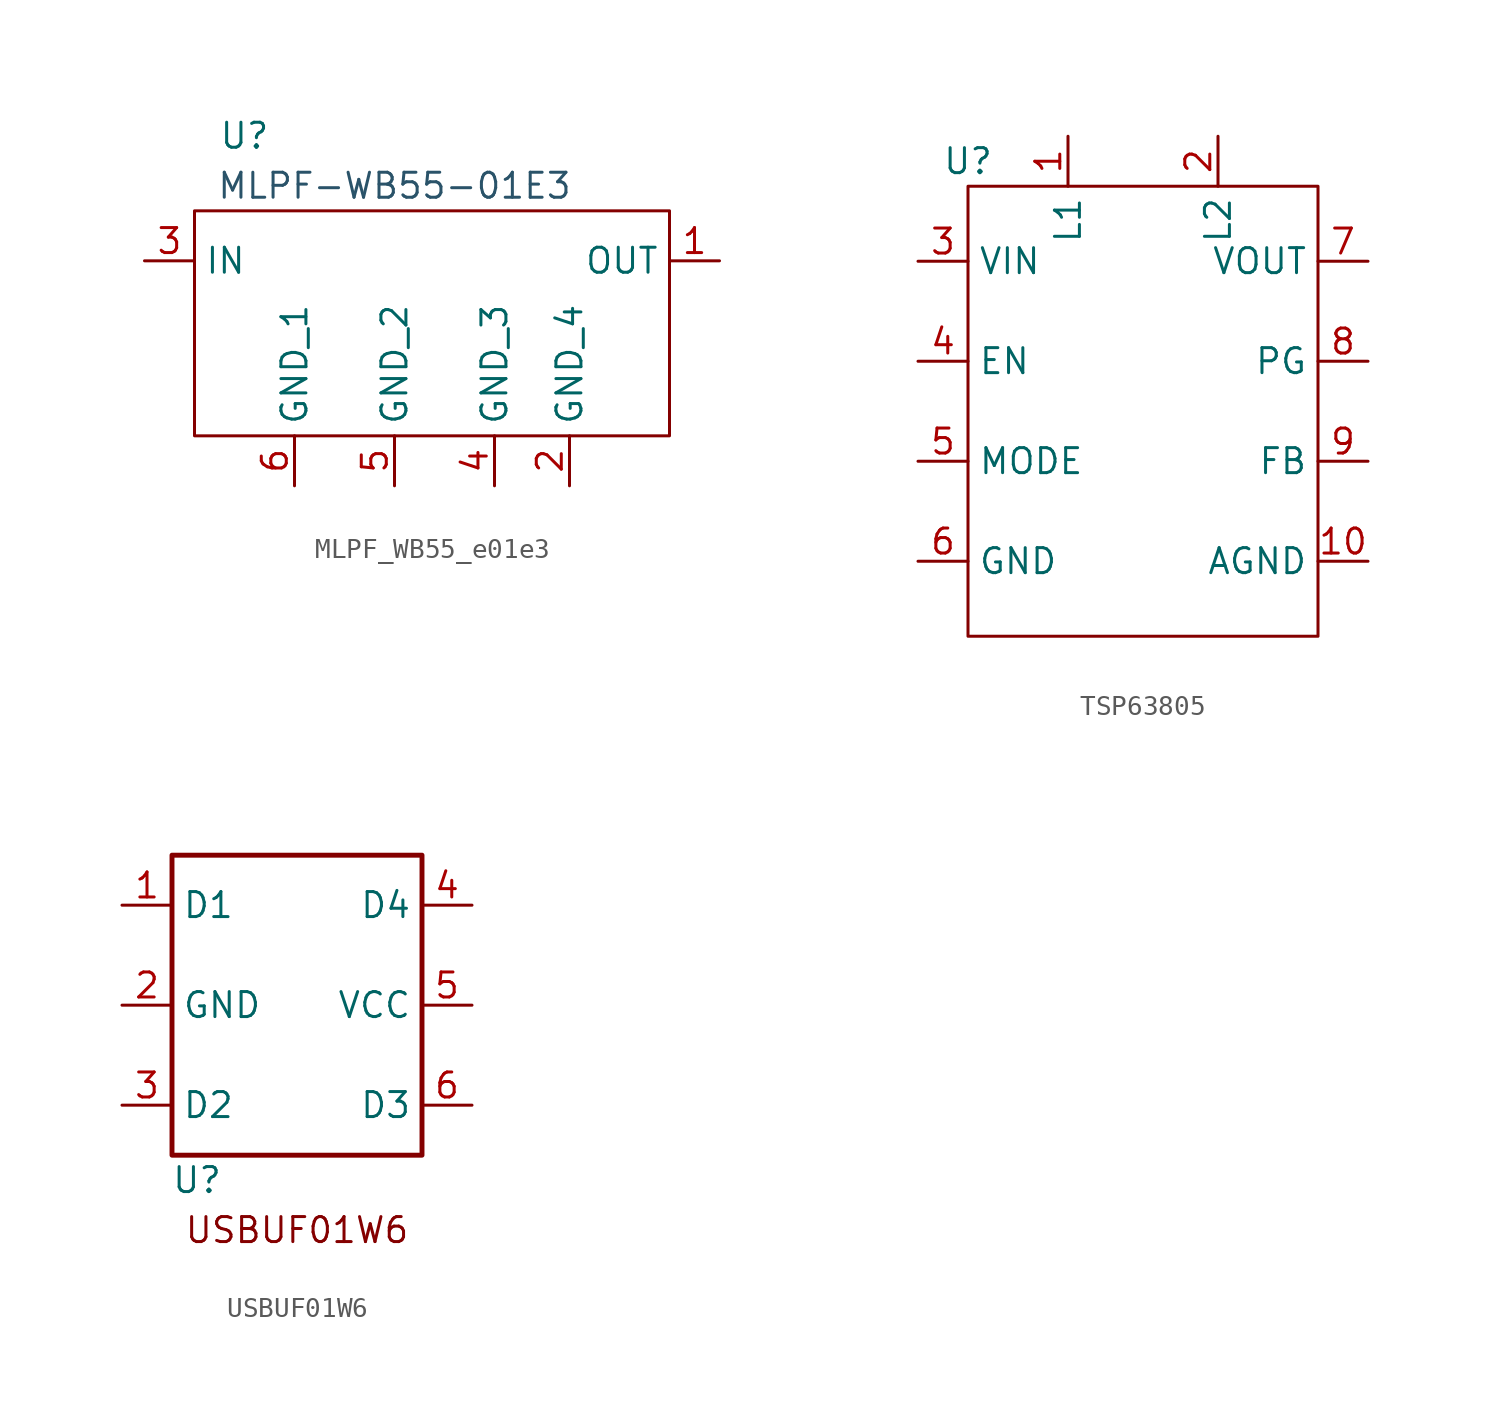
<source format=kicad_sym>
(kicad_symbol_lib
  (version 20220914)
  (generator kicad_symbol_editor)
  (symbol "MLPF_WB55_e01e3"
    (property "Reference" "U"
      (at 2.54 15.24 0)
      (effects (font (size 1.27 1.27))))
    (property "Value" ""
      (at 0 0 0)
      (effects (font (size 1.27 1.27))))
    (symbol "MLPF_WB55_e01e3_0_1"
      (rectangle (start 0 11.43) (end 24.13 0) (stroke (width 0) (type default)) (fill (type none))))
    (symbol "MLPF_WB55_e01e3_1_1"
      (text "MLPF-WB55-01E3" (at 10.16 12.7 0) (effects (font (size 1.27 1.27) (color 42 83 105 1))))
      (pin output line (at 26.67 8.89 180) (length 2.54) (name "OUT" (effects (font (size 1.27 1.27)))) (number "1" (effects (font (size 1.27 1.27)))))
      (pin input line (at 19.05 -2.54 90) (length 2.54) (name "GND_4" (effects (font (size 1.27 1.27)))) (number "2" (effects (font (size 1.27 1.27)))))
      (pin input line (at -2.54 8.89 0) (length 2.54) (name "IN" (effects (font (size 1.27 1.27)))) (number "3" (effects (font (size 1.27 1.27)))))
      (pin output line (at 15.24 -2.54 90) (length 2.54) (name "GND_3" (effects (font (size 1.27 1.27)))) (number "4" (effects (font (size 1.27 1.27)))))
      (pin output line (at 10.16 -2.54 90) (length 2.54) (name "GND_2" (effects (font (size 1.27 1.27)))) (number "5" (effects (font (size 1.27 1.27)))))
      (pin output line (at 5.08 -2.54 90) (length 2.54) (name "GND_1" (effects (font (size 1.27 1.27)))) (number "6" (effects (font (size 1.27 1.27)))))))
  (symbol "TSP63805"
    (property "Reference" "U"
      (at 0 0 0)
      (effects (font (size 1.27 1.27))))
    (property "Value" ""
      (at 0 0 0)
      (effects (font (size 1.27 1.27))))
    (symbol "TSP63805_0_1"
      (rectangle (start 0 -1.27) (end 17.78 -24.13) (stroke (width 0) (type default)) (fill (type none))))
    (symbol "TSP63805_1_1"
      (pin bidirectional line (at 5.08 1.27 270) (length 2.54) (name "L1" (effects (font (size 1.27 1.27)))) (number "1" (effects (font (size 1.27 1.27)))))
      (pin bidirectional line (at 20.32 -20.32 180) (length 2.54) (name "AGND" (effects (font (size 1.27 1.27)))) (number "10" (effects (font (size 1.27 1.27)))))
      (pin bidirectional line (at 12.7 1.27 270) (length 2.54) (name "L2" (effects (font (size 1.27 1.27)))) (number "2" (effects (font (size 1.27 1.27)))))
      (pin bidirectional line (at -2.54 -5.08 0) (length 2.54) (name "VIN" (effects (font (size 1.27 1.27)))) (number "3" (effects (font (size 1.27 1.27)))))
      (pin bidirectional line (at -2.54 -10.16 0) (length 2.54) (name "EN" (effects (font (size 1.27 1.27)))) (number "4" (effects (font (size 1.27 1.27)))))
      (pin bidirectional line (at -2.54 -15.24 0) (length 2.54) (name "MODE" (effects (font (size 1.27 1.27)))) (number "5" (effects (font (size 1.27 1.27)))))
      (pin bidirectional line (at -2.54 -20.32 0) (length 2.54) (name "GND" (effects (font (size 1.27 1.27)))) (number "6" (effects (font (size 1.27 1.27)))))
      (pin bidirectional line (at 20.32 -5.08 180) (length 2.54) (name "VOUT" (effects (font (size 1.27 1.27)))) (number "7" (effects (font (size 1.27 1.27)))))
      (pin bidirectional line (at 20.32 -10.16 180) (length 2.54) (name "PG" (effects (font (size 1.27 1.27)))) (number "8" (effects (font (size 1.27 1.27)))))
      (pin bidirectional line (at 20.32 -15.24 180) (length 2.54) (name "FB" (effects (font (size 1.27 1.27)))) (number "9" (effects (font (size 1.27 1.27)))))))
  (symbol "USBUF01W6"
    (property "Reference" "U"
      (at 1.27 -1.27 0)
      (effects (font (size 1.27 1.27))))
    (property "Value" ""
      (at 0 0 0)
      (effects (font (size 1.27 1.27))))
    (symbol "USBUF01W6_1_1"
      (rectangle (start 0 15.24) (end 12.7 0) (stroke (width 0.25) (type default)) (fill (type none)))
      (text "USBUF01W6" (at 6.35 -3.81 0) (effects (font (size 1.27 1.27))))
      (pin input line (at -2.54 12.7 0) (length 2.54) (name "D1" (effects (font (size 1.27 1.27)))) (number "1" (effects (font (size 1.27 1.27)))))
      (pin input line (at -2.54 7.62 0) (length 2.54) (name "GND" (effects (font (size 1.27 1.27)))) (number "2" (effects (font (size 1.27 1.27)))))
      (pin input line (at -2.54 2.54 0) (length 2.54) (name "D2" (effects (font (size 1.27 1.27)))) (number "3" (effects (font (size 1.27 1.27)))))
      (pin input line (at 15.24 12.7 180) (length 2.54) (name "D4" (effects (font (size 1.27 1.27)))) (number "4" (effects (font (size 1.27 1.27)))))
      (pin input line (at 15.24 7.62 180) (length 2.54) (name "VCC" (effects (font (size 1.27 1.27)))) (number "5" (effects (font (size 1.27 1.27)))))
      (pin input line (at 15.24 2.54 180) (length 2.54) (name "D3" (effects (font (size 1.27 1.27)))) (number "6" (effects (font (size 1.27 1.27))))))))
</source>
